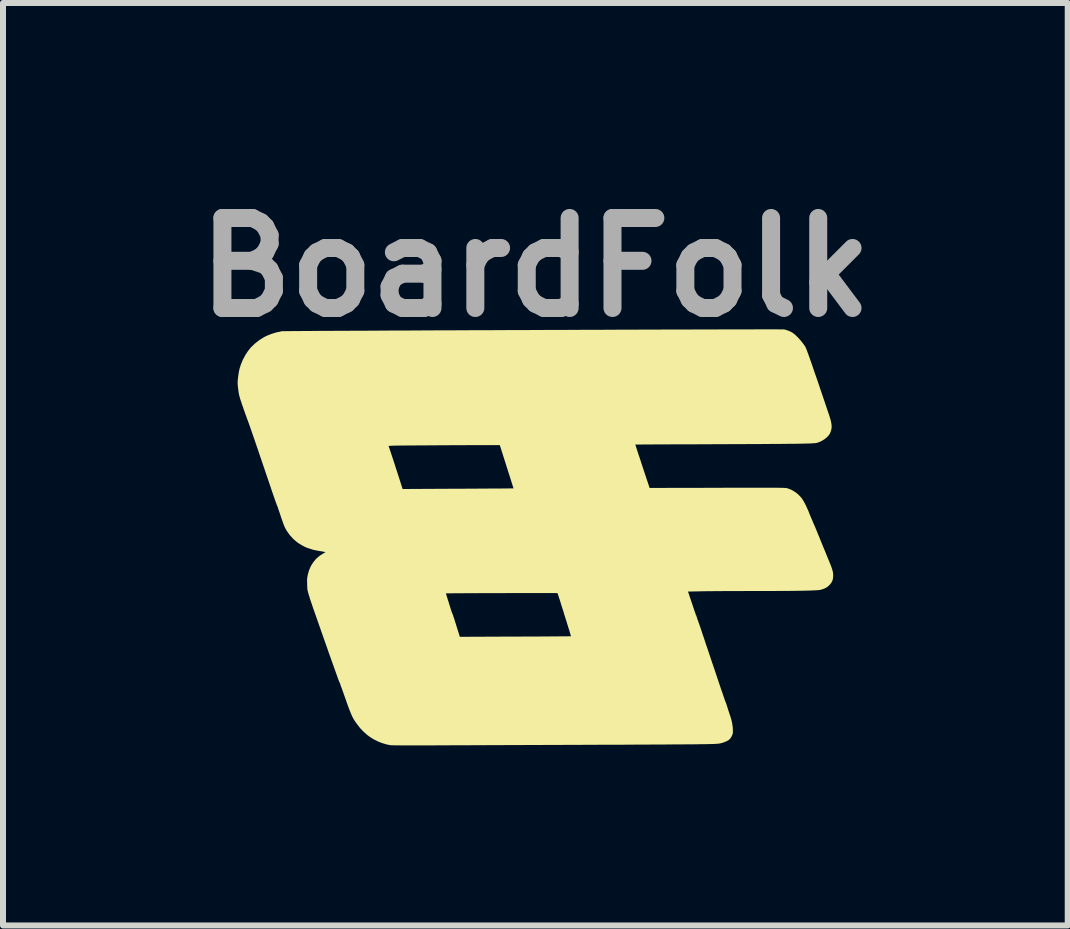
<source format=kicad_pcb>
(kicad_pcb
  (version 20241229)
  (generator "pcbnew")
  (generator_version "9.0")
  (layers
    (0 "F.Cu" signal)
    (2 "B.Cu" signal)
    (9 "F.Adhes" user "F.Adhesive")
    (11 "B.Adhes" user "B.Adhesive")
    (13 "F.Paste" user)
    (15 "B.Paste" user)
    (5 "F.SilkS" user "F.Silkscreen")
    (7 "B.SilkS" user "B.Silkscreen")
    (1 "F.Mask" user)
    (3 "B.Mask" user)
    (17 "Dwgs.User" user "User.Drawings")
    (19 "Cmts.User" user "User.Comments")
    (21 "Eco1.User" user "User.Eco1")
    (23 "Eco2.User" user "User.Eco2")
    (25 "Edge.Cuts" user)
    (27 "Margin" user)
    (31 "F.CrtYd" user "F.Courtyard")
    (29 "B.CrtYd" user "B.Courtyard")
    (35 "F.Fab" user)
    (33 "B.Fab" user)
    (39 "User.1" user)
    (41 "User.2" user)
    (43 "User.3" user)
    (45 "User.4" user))
  (footprint "BoardFolk"
    (layer "F.Cu")
    (at 5.881 5.904)
    (property "Reference" "BoardFolk" (at -0.01 -4.5 0) (layer "F.Fab") (effects (font (size 1.5 1.5) (thickness 0.3))))
    (attr board_only exclude_from_pos_files exclude_from_bom)
    (fp_poly (pts (xy 3.938 -3.466) (xy 3.997 -3.466) (xy 4.046 -3.465) (xy 4.085 -3.465) (xy 4.113 -3.465) (xy 4.129 -3.465) (xy 4.134 -3.465) (xy 4.168 -3.456) (xy 4.206 -3.443) (xy 4.242 -3.428) (xy 4.268 -3.414) (xy 4.297 -3.394) (xy 4.33 -3.366) (xy 4.365 -3.331) (xy 4.401 -3.292) (xy 4.435 -3.251) (xy 4.466 -3.21) (xy 4.487 -3.178) (xy 4.492 -3.17) (xy 4.498 -3.156) (xy 4.506 -3.137) (xy 4.515 -3.113) (xy 4.527 -3.082) (xy 4.541 -3.044) (xy 4.557 -2.999) (xy 4.575 -2.948) (xy 4.596 -2.888) (xy 4.619 -2.82) (xy 4.645 -2.744) (xy 4.675 -2.659) (xy 4.707 -2.565) (xy 4.742 -2.461) (xy 4.781 -2.347) (xy 4.823 -2.223) (xy 4.868 -2.088) (xy 4.883 -2.045) (xy 4.902 -1.985) (xy 4.916 -1.935) (xy 4.924 -1.891) (xy 4.928 -1.853) (xy 4.926 -1.818) (xy 4.92 -1.785) (xy 4.909 -1.753) (xy 4.901 -1.734) (xy 4.88 -1.701) (xy 4.85 -1.669) (xy 4.813 -1.638) (xy 4.77 -1.611) (xy 4.724 -1.588) (xy 4.683 -1.574) (xy 4.676 -1.573) (xy 4.665 -1.571) (xy 4.652 -1.569) (xy 4.636 -1.568) (xy 4.616 -1.567) (xy 4.591 -1.565) (xy 4.562 -1.564) (xy 4.528 -1.563) (xy 4.489 -1.562) (xy 4.444 -1.561) (xy 4.393 -1.56) (xy 4.335 -1.559) (xy 4.271 -1.558) (xy 4.199 -1.558) (xy 4.119 -1.557) (xy 4.032 -1.556) (xy 3.936 -1.556) (xy 3.83 -1.555) (xy 3.716 -1.554) (xy 3.592 -1.554) (xy 3.458 -1.553) (xy 3.313 -1.553) (xy 3.157 -1.552) (xy 2.99 -1.552) (xy 2.913 -1.551) (xy 2.791 -1.551) (xy 2.673 -1.55) (xy 2.559 -1.55) (xy 2.449 -1.55) (xy 2.344 -1.549) (xy 2.244 -1.549) (xy 2.15 -1.548) (xy 2.063 -1.548) (xy 1.982 -1.548) (xy 1.91 -1.547) (xy 1.845 -1.547) (xy 1.789 -1.547) (xy 1.742 -1.546) (xy 1.704 -1.546) (xy 1.677 -1.546) (xy 1.661 -1.546) (xy 1.656 -1.546) (xy 1.658 -1.54) (xy 1.663 -1.524) (xy 1.671 -1.498) (xy 1.682 -1.465) (xy 1.695 -1.423) (xy 1.711 -1.375) (xy 1.729 -1.322) (xy 1.748 -1.264) (xy 1.768 -1.202) (xy 1.774 -1.184) (xy 1.894 -0.823) (xy 3.025 -0.825) (xy 3.161 -0.826) (xy 3.286 -0.826) (xy 3.4 -0.826) (xy 3.503 -0.826) (xy 3.597 -0.826) (xy 3.681 -0.826) (xy 3.757 -0.826) (xy 3.825 -0.826) (xy 3.884 -0.826) (xy 3.937 -0.826) (xy 3.982 -0.826) (xy 4.022 -0.826) (xy 4.056 -0.825) (xy 4.084 -0.825) (xy 4.108 -0.824) (xy 4.128 -0.824) (xy 4.144 -0.823) (xy 4.157 -0.822) (xy 4.167 -0.821) (xy 4.176 -0.82) (xy 4.182 -0.819) (xy 4.188 -0.818) (xy 4.193 -0.816) (xy 4.194 -0.816) (xy 4.255 -0.793) (xy 4.313 -0.759) (xy 4.367 -0.718) (xy 4.414 -0.67) (xy 4.437 -0.64) (xy 4.455 -0.612) (xy 4.475 -0.576) (xy 4.496 -0.536) (xy 4.516 -0.493) (xy 4.534 -0.452) (xy 4.546 -0.424) (xy 4.556 -0.397) (xy 4.567 -0.371) (xy 4.575 -0.35) (xy 4.578 -0.344) (xy 4.586 -0.326) (xy 4.596 -0.302) (xy 4.608 -0.275) (xy 4.612 -0.264) (xy 4.622 -0.24) (xy 4.63 -0.221) (xy 4.636 -0.208) (xy 4.638 -0.205) (xy 4.642 -0.197) (xy 4.642 -0.196) (xy 4.645 -0.189) (xy 4.65 -0.176) (xy 4.652 -0.172) (xy 4.656 -0.162) (xy 4.664 -0.143) (xy 4.676 -0.115) (xy 4.69 -0.079) (xy 4.707 -0.038) (xy 4.726 0.008) (xy 4.746 0.058) (xy 4.759 0.089) (xy 4.781 0.144) (xy 4.804 0.199) (xy 4.826 0.252) (xy 4.846 0.303) (xy 4.865 0.348) (xy 4.88 0.386) (xy 4.893 0.416) (xy 4.896 0.424) (xy 4.915 0.471) (xy 4.929 0.509) (xy 4.939 0.541) (xy 4.946 0.568) (xy 4.951 0.594) (xy 4.953 0.619) (xy 4.953 0.64) (xy 4.95 0.686) (xy 4.94 0.724) (xy 4.921 0.759) (xy 4.893 0.794) (xy 4.89 0.796) (xy 4.858 0.825) (xy 4.822 0.847) (xy 4.78 0.864) (xy 4.742 0.875) (xy 4.728 0.877) (xy 4.705 0.88) (xy 4.676 0.882) (xy 4.638 0.884) (xy 4.592 0.886) (xy 4.538 0.888) (xy 4.475 0.889) (xy 4.403 0.891) (xy 4.321 0.892) (xy 4.23 0.893) (xy 4.128 0.893) (xy 4.016 0.894) (xy 3.893 0.895) (xy 3.759 0.895) (xy 3.613 0.895) (xy 3.573 0.895) (xy 3.483 0.895) (xy 3.392 0.896) (xy 3.302 0.896) (xy 3.215 0.896) (xy 3.13 0.896) (xy 3.05 0.897) (xy 2.976 0.897) (xy 2.908 0.898) (xy 2.848 0.898) (xy 2.797 0.899) (xy 2.756 0.899) (xy 2.739 0.9) (xy 2.534 0.904) (xy 2.593 1.079) (xy 2.608 1.123) (xy 2.621 1.163) (xy 2.633 1.198) (xy 2.643 1.228) (xy 2.65 1.249) (xy 2.655 1.261) (xy 2.655 1.263) (xy 2.66 1.274) (xy 2.661 1.277) (xy 2.663 1.286) (xy 2.664 1.295) (xy 2.668 1.299) (xy 2.67 1.299) (xy 2.674 1.303) (xy 2.673 1.308) (xy 2.673 1.316) (xy 2.676 1.317) (xy 2.68 1.321) (xy 2.679 1.326) (xy 2.679 1.333) (xy 2.682 1.335) (xy 2.686 1.339) (xy 2.685 1.344) (xy 2.685 1.351) (xy 2.688 1.352) (xy 2.692 1.357) (xy 2.691 1.361) (xy 2.691 1.369) (xy 2.692 1.371) (xy 2.696 1.377) (xy 2.702 1.393) (xy 2.71 1.417) (xy 2.721 1.448) (xy 2.734 1.485) (xy 2.748 1.525) (xy 2.749 1.53) (xy 2.762 1.567) (xy 2.776 1.612) (xy 2.794 1.663) (xy 2.813 1.72) (xy 2.833 1.782) (xy 2.856 1.848) (xy 2.879 1.917) (xy 2.903 1.989) (xy 2.927 2.061) (xy 2.952 2.134) (xy 2.977 2.207) (xy 3.001 2.279) (xy 3.024 2.348) (xy 3.046 2.414) (xy 3.067 2.476) (xy 3.086 2.533) (xy 3.104 2.584) (xy 3.119 2.628) (xy 3.132 2.665) (xy 3.141 2.694) (xy 3.148 2.713) (xy 3.151 2.722) (xy 3.151 2.722) (xy 3.156 2.734) (xy 3.159 2.74) (xy 3.162 2.748) (xy 3.164 2.752) (xy 3.167 2.761) (xy 3.173 2.779) (xy 3.181 2.803) (xy 3.19 2.832) (xy 3.194 2.844) (xy 3.205 2.879) (xy 3.216 2.913) (xy 3.226 2.944) (xy 3.234 2.968) (xy 3.236 2.972) (xy 3.256 3.037) (xy 3.271 3.103) (xy 3.28 3.168) (xy 3.282 3.21) (xy 3.282 3.239) (xy 3.281 3.26) (xy 3.278 3.276) (xy 3.273 3.291) (xy 3.266 3.306) (xy 3.255 3.328) (xy 3.243 3.347) (xy 3.235 3.357) (xy 3.213 3.377) (xy 3.181 3.396) (xy 3.141 3.413) (xy 3.105 3.425) (xy 3.089 3.43) (xy 3.074 3.433) (xy 3.058 3.436) (xy 3.04 3.439) (xy 3.018 3.44) (xy 2.99 3.442) (xy 2.955 3.444) (xy 2.91 3.445) (xy 2.871 3.446) (xy 2.851 3.447) (xy 2.819 3.447) (xy 2.776 3.448) (xy 2.723 3.448) (xy 2.66 3.449) (xy 2.588 3.45) (xy 2.507 3.45) (xy 2.418 3.451) (xy 2.321 3.451) (xy 2.216 3.452) (xy 2.105 3.453) (xy 1.987 3.453) (xy 1.864 3.454) (xy 1.735 3.454) (xy 1.601 3.455) (xy 1.464 3.456) (xy 1.322 3.456) (xy 1.177 3.457) (xy 1.029 3.457) (xy 0.879 3.458) (xy 0.804 3.458) (xy 0.647 3.459) (xy 0.489 3.459) (xy 0.331 3.46) (xy 0.173 3.46) (xy 0.017 3.461) (xy -0.138 3.461) (xy -0.29 3.462) (xy -0.439 3.462) (xy -0.585 3.463) (xy -0.725 3.463) (xy -0.861 3.464) (xy -0.991 3.464) (xy -1.114 3.465) (xy -1.23 3.465) (xy -1.338 3.465) (xy -1.438 3.466) (xy -1.528 3.466) (xy -1.608 3.466) (xy -1.678 3.467) (xy -1.732 3.467) (xy -1.825 3.467) (xy -1.914 3.467) (xy -1.999 3.468) (xy -2.077 3.468) (xy -2.15 3.467) (xy -2.216 3.467) (xy -2.274 3.467) (xy -2.324 3.466) (xy -2.365 3.466) (xy -2.396 3.465) (xy -2.416 3.465) (xy -2.424 3.464) (xy -2.491 3.451) (xy -2.563 3.429) (xy -2.635 3.401) (xy -2.704 3.366) (xy -2.768 3.326) (xy -2.812 3.293) (xy -2.874 3.238) (xy -2.929 3.18) (xy -2.98 3.115) (xy -2.998 3.09) (xy -3.012 3.07) (xy -3.025 3.05) (xy -3.037 3.031) (xy -3.048 3.012) (xy -3.059 2.99) (xy -3.07 2.966) (xy -3.082 2.939) (xy -3.095 2.906) (xy -3.11 2.869) (xy -3.127 2.824) (xy -3.146 2.772) (xy -3.167 2.711) (xy -3.192 2.641) (xy -3.209 2.592) (xy -3.223 2.554) (xy -3.235 2.52) (xy -3.246 2.49) (xy -3.254 2.468) (xy -3.259 2.454) (xy -3.26 2.45) (xy -3.262 2.442) (xy -3.262 2.441) (xy -3.263 2.436) (xy -3.269 2.426) (xy -3.275 2.414) (xy -3.278 2.408) (xy -3.28 2.401) (xy -3.282 2.396) (xy -3.287 2.385) (xy -3.295 2.364) (xy -3.306 2.333) (xy -3.32 2.293) (xy -3.337 2.246) (xy -3.356 2.192) (xy -3.377 2.133) (xy -3.4 2.068) (xy -3.425 1.999) (xy -3.451 1.926) (xy -3.477 1.851) (xy -3.504 1.775) (xy -3.531 1.698) (xy -3.558 1.621) (xy -3.585 1.544) (xy -3.611 1.47) (xy -3.636 1.398) (xy -3.66 1.33) (xy -3.682 1.267) (xy -3.703 1.208) (xy -3.721 1.156) (xy -3.736 1.111) (xy -3.749 1.073) (xy -3.759 1.044) (xy -3.765 1.025) (xy -3.768 1.017) (xy -3.774 0.994) (xy -3.78 0.975) (xy -3.785 0.964) (xy -3.786 0.962) (xy -3.789 0.954) (xy -3.788 0.951) (xy -3.788 0.944) (xy -3.791 0.939) (xy -3.794 0.934) (xy -1.499 0.934) (xy -1.498 0.94) (xy -1.494 0.955) (xy -1.487 0.978) (xy -1.478 1.008) (xy -1.468 1.041) (xy -1.456 1.077) (xy -1.445 1.114) (xy -1.433 1.151) (xy -1.423 1.184) (xy -1.413 1.214) (xy -1.406 1.237) (xy -1.4 1.253) (xy -1.399 1.257) (xy -1.391 1.274) (xy -1.385 1.29) (xy -1.381 1.3) (xy -1.375 1.32) (xy -1.365 1.348) (xy -1.354 1.383) (xy -1.342 1.422) (xy -1.328 1.466) (xy -1.323 1.483) (xy -1.268 1.658) (xy -0.343 1.654) (xy -0.239 1.654) (xy -0.139 1.653) (xy -0.042 1.653) (xy 0.05 1.653) (xy 0.137 1.652) (xy 0.218 1.652) (xy 0.293 1.651) (xy 0.361 1.651) (xy 0.421 1.65) (xy 0.472 1.65) (xy 0.515 1.65) (xy 0.548 1.649) (xy 0.57 1.649) (xy 0.582 1.649) (xy 0.584 1.648) (xy 0.583 1.643) (xy 0.578 1.627) (xy 0.57 1.602) (xy 0.561 1.569) (xy 0.549 1.53) (xy 0.535 1.486) (xy 0.52 1.437) (xy 0.504 1.385) (xy 0.487 1.332) (xy 0.47 1.278) (xy 0.454 1.224) (xy 0.437 1.173) (xy 0.422 1.124) (xy 0.408 1.079) (xy 0.396 1.04) (xy 0.385 1.007) (xy 0.377 0.982) (xy 0.372 0.966) (xy 0.37 0.961) (xy 0.366 0.95) (xy 0.365 0.948) (xy 0.362 0.939) (xy 0.361 0.93) (xy 0.355 0.93) (xy 0.338 0.93) (xy 0.311 0.929) (xy 0.275 0.929) (xy 0.229 0.929) (xy 0.176 0.929) (xy 0.115 0.929) (xy 0.048 0.929) (xy -0.025 0.929) (xy -0.103 0.929) (xy -0.185 0.929) (xy -0.27 0.929) (xy -0.358 0.929) (xy -0.447 0.929) (xy -0.538 0.93) (xy -0.629 0.93) (xy -0.719 0.93) (xy -0.808 0.93) (xy -0.896 0.93) (xy -0.98 0.931) (xy -1.06 0.931) (xy -1.137 0.931) (xy -1.208 0.932) (xy -1.273 0.932) (xy -1.332 0.932) (xy -1.383 0.933) (xy -1.425 0.933) (xy -1.459 0.933) (xy -1.483 0.934) (xy -1.497 0.934) (xy -1.499 0.934) (xy -3.794 0.934) (xy -3.795 0.933) (xy -3.793 0.931) (xy -3.793 0.928) (xy -3.796 0.922) (xy -3.801 0.911) (xy -3.8 0.905) (xy -3.801 0.896) (xy -3.803 0.894) (xy -3.805 0.888) (xy -3.808 0.871) (xy -3.81 0.845) (xy -3.812 0.812) (xy -3.812 0.792) (xy -3.813 0.752) (xy -3.814 0.721) (xy -3.813 0.696) (xy -3.811 0.674) (xy -3.807 0.651) (xy -3.803 0.627) (xy -3.781 0.549) (xy -3.75 0.478) (xy -3.709 0.413) (xy -3.66 0.355) (xy -3.602 0.306) (xy -3.537 0.265) (xy -3.53 0.261) (xy -3.516 0.253) (xy -3.508 0.248) (xy -3.507 0.246) (xy -3.513 0.245) (xy -3.529 0.242) (xy -3.553 0.237) (xy -3.582 0.232) (xy -3.604 0.229) (xy -3.639 0.223) (xy -3.672 0.216) (xy -3.702 0.21) (xy -3.724 0.204) (xy -3.731 0.202) (xy -3.757 0.193) (xy -3.785 0.184) (xy -3.796 0.181) (xy -3.826 0.17) (xy -3.863 0.153) (xy -3.901 0.132) (xy -3.94 0.109) (xy -3.974 0.086) (xy -3.981 0.081) (xy -4.042 0.029) (xy -4.097 -0.031) (xy -4.135 -0.083) (xy -4.151 -0.106) (xy -4.164 -0.127) (xy -4.175 -0.148) (xy -4.186 -0.17) (xy -4.197 -0.195) (xy -4.209 -0.226) (xy -4.222 -0.263) (xy -4.238 -0.308) (xy -4.253 -0.353) (xy -4.266 -0.393) (xy -4.278 -0.428) (xy -4.289 -0.459) (xy -4.297 -0.483) (xy -4.302 -0.499) (xy -4.304 -0.504) (xy -4.306 -0.513) (xy -4.306 -0.515) (xy -4.31 -0.52) (xy -4.311 -0.521) (xy -4.314 -0.527) (xy -4.32 -0.544) (xy -4.329 -0.57) (xy -4.342 -0.605) (xy -4.357 -0.648) (xy -4.374 -0.698) (xy -4.394 -0.755) (xy -4.415 -0.817) (xy -4.438 -0.885) (xy -4.462 -0.956) (xy -4.488 -1.031) (xy -4.489 -1.035) (xy -4.523 -1.135) (xy -4.556 -1.232) (xy -4.588 -1.326) (xy -4.618 -1.416) (xy -4.647 -1.501) (xy -4.654 -1.52) (xy -2.456 -1.52) (xy -2.455 -1.519) (xy -2.452 -1.511) (xy -2.445 -1.492) (xy -2.436 -1.464) (xy -2.424 -1.428) (xy -2.409 -1.384) (xy -2.392 -1.333) (xy -2.374 -1.278) (xy -2.354 -1.217) (xy -2.334 -1.153) (xy -2.312 -1.087) (xy -2.29 -1.019) (xy -2.28 -0.988) (xy -2.222 -0.805) (xy -1.299 -0.81) (xy -1.195 -0.81) (xy -1.095 -0.811) (xy -0.999 -0.811) (xy -0.907 -0.812) (xy -0.82 -0.812) (xy -0.739 -0.813) (xy -0.664 -0.813) (xy -0.597 -0.813) (xy -0.537 -0.814) (xy -0.486 -0.814) (xy -0.443 -0.815) (xy -0.411 -0.815) (xy -0.388 -0.815) (xy -0.377 -0.815) (xy -0.375 -0.815) (xy -0.376 -0.821) (xy -0.38 -0.836) (xy -0.387 -0.859) (xy -0.396 -0.886) (xy -0.4 -0.899) (xy -0.407 -0.922) (xy -0.417 -0.954) (xy -0.43 -0.995) (xy -0.445 -1.042) (xy -0.462 -1.095) (xy -0.48 -1.151) (xy -0.498 -1.209) (xy -0.514 -1.259) (xy -0.602 -1.536) (xy -0.89 -1.536) (xy -0.937 -1.536) (xy -0.995 -1.536) (xy -1.062 -1.536) (xy -1.137 -1.536) (xy -1.219 -1.535) (xy -1.306 -1.535) (xy -1.397 -1.535) (xy -1.491 -1.534) (xy -1.587 -1.534) (xy -1.682 -1.533) (xy -1.777 -1.533) (xy -1.82 -1.532) (xy -1.921 -1.532) (xy -2.011 -1.531) (xy -2.091 -1.531) (xy -2.161 -1.53) (xy -2.221 -1.529) (xy -2.273 -1.529) (xy -2.317 -1.528) (xy -2.353 -1.528) (xy -2.383 -1.527) (xy -2.406 -1.526) (xy -2.424 -1.525) (xy -2.438 -1.524) (xy -2.447 -1.523) (xy -2.452 -1.522) (xy -2.455 -1.521) (xy -2.456 -1.52) (xy -4.654 -1.52) (xy -4.675 -1.582) (xy -4.7 -1.656) (xy -4.724 -1.724) (xy -4.745 -1.785) (xy -4.763 -1.837) (xy -4.779 -1.881) (xy -4.791 -1.916) (xy -4.8 -1.941) (xy -4.805 -1.955) (xy -4.811 -1.968) (xy -4.814 -1.977) (xy -4.814 -1.977) (xy -4.817 -1.984) (xy -4.819 -1.992) (xy -4.82 -1.993) (xy -4.822 -2.001) (xy -4.823 -2.002) (xy -4.825 -2.009) (xy -4.828 -2.018) (xy -4.833 -2.029) (xy -4.838 -2.044) (xy -4.847 -2.068) (xy -4.858 -2.1) (xy -4.871 -2.136) (xy -4.884 -2.175) (xy -4.898 -2.214) (xy -4.91 -2.252) (xy -4.922 -2.287) (xy -4.931 -2.315) (xy -4.937 -2.336) (xy -4.938 -2.338) (xy -4.946 -2.371) (xy -4.954 -2.412) (xy -4.96 -2.457) (xy -4.966 -2.503) (xy -4.97 -2.545) (xy -4.971 -2.578) (xy -4.97 -2.607) (xy -4.966 -2.645) (xy -4.961 -2.687) (xy -4.955 -2.729) (xy -4.948 -2.769) (xy -4.941 -2.802) (xy -4.941 -2.803) (xy -4.917 -2.88) (xy -4.884 -2.959) (xy -4.843 -3.036) (xy -4.801 -3.101) (xy -4.748 -3.167) (xy -4.684 -3.228) (xy -4.613 -3.284) (xy -4.536 -3.333) (xy -4.532 -3.335) (xy -4.495 -3.354) (xy -4.451 -3.373) (xy -4.405 -3.39) (xy -4.359 -3.405) (xy -4.319 -3.416) (xy -4.304 -3.42) (xy -4.278 -3.424) (xy -4.257 -3.429) (xy -4.242 -3.433) (xy -4.238 -3.434) (xy -4.232 -3.435) (xy -4.213 -3.435) (xy -4.184 -3.435) (xy -4.144 -3.436) (xy -4.094 -3.436) (xy -4.033 -3.437) (xy -3.963 -3.437) (xy -3.884 -3.438) (xy -3.795 -3.438) (xy -3.698 -3.439) (xy -3.593 -3.44) (xy -3.48 -3.44) (xy -3.359 -3.441) (xy -3.232 -3.441) (xy -3.097 -3.442) (xy -2.957 -3.443) (xy -2.81 -3.443) (xy -2.658 -3.444) (xy -2.5 -3.445) (xy -2.337 -3.446) (xy -2.17 -3.446) (xy -1.999 -3.447) (xy -1.824 -3.448) (xy -1.645 -3.449) (xy -1.464 -3.449) (xy -1.279 -3.45) (xy -1.092 -3.451) (xy -0.904 -3.451) (xy -0.713 -3.452) (xy -0.522 -3.453) (xy -0.329 -3.454) (xy -0.136 -3.454) (xy 0.057 -3.455) (xy 0.25 -3.456) (xy 0.442 -3.456) (xy 0.634 -3.457) (xy 0.824 -3.458) (xy 1.012 -3.458) (xy 1.199 -3.459) (xy 1.383 -3.46) (xy 1.564 -3.46) (xy 1.742 -3.461) (xy 1.917 -3.461) (xy 2.088 -3.462) (xy 2.254 -3.462) (xy 2.416 -3.463) (xy 2.573 -3.463) (xy 2.725 -3.464) (xy 2.871 -3.464) (xy 3.011 -3.464) (xy 3.145 -3.465) (xy 3.271 -3.465) (xy 3.391 -3.465) (xy 3.503 -3.465) (xy 3.607 -3.465) (xy 3.703 -3.466) (xy 3.79 -3.466) (xy 3.869 -3.466)) (stroke (width 0) (type solid)) (fill yes) (layer "F.SilkS")))
  (gr_rect
    (start -3 -3)
    (end 14.743 12.372)
    (stroke (width 0.1) (type default))
    (fill no)
    (layer "Edge.Cuts")))
</source>
